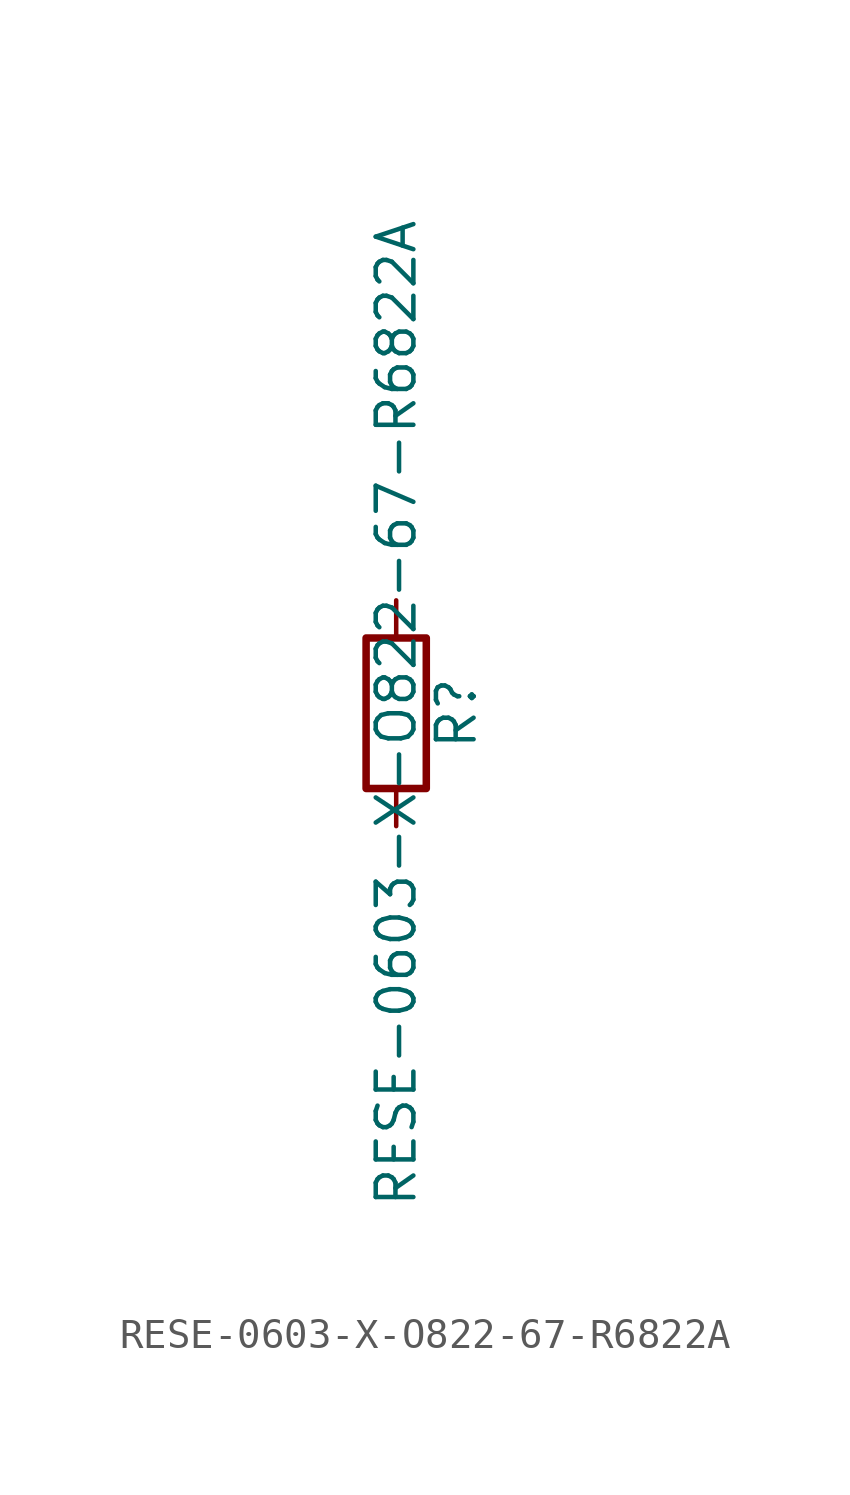
<source format=kicad_sym>
(kicad_symbol_lib
  (version 20211014)
  (generator kicad_symbol_editor)
  (symbol "RESE-0603-X-O822-67-R6822A"
    (pin_numbers hide)
    (pin_names
      (offset 0))
    (property "Reference" "R"
      (at 2.032 0 90)
      (effects (font (size 1.27 1.27))))
    (property "Value" "RESE-0603-X-O822-67-R6822A"
      (at 0 0 90)
      (effects (font (size 1.27 1.27))))
    (symbol "RESE-0603-X-O822-67-R6822A_0_1"
      (rectangle (start -1.016 -2.54) (end 1.016 2.54) (stroke (width 0.254) (type default) (color 0 0 0 0)) (fill (type none))))
    (symbol "RESE-0603-X-O822-67-R6822A_1_1"
      (pin passive line (at 0 3.81 270) (length 1.27) (name "~" (effects (font (size 1.27 1.27)))) (number "1" (effects (font (size 1.27 1.27)))))
      (pin passive line (at 0 -3.81 90) (length 1.27) (name "~" (effects (font (size 1.27 1.27)))) (number "2" (effects (font (size 1.27 1.27))))))))
</source>
